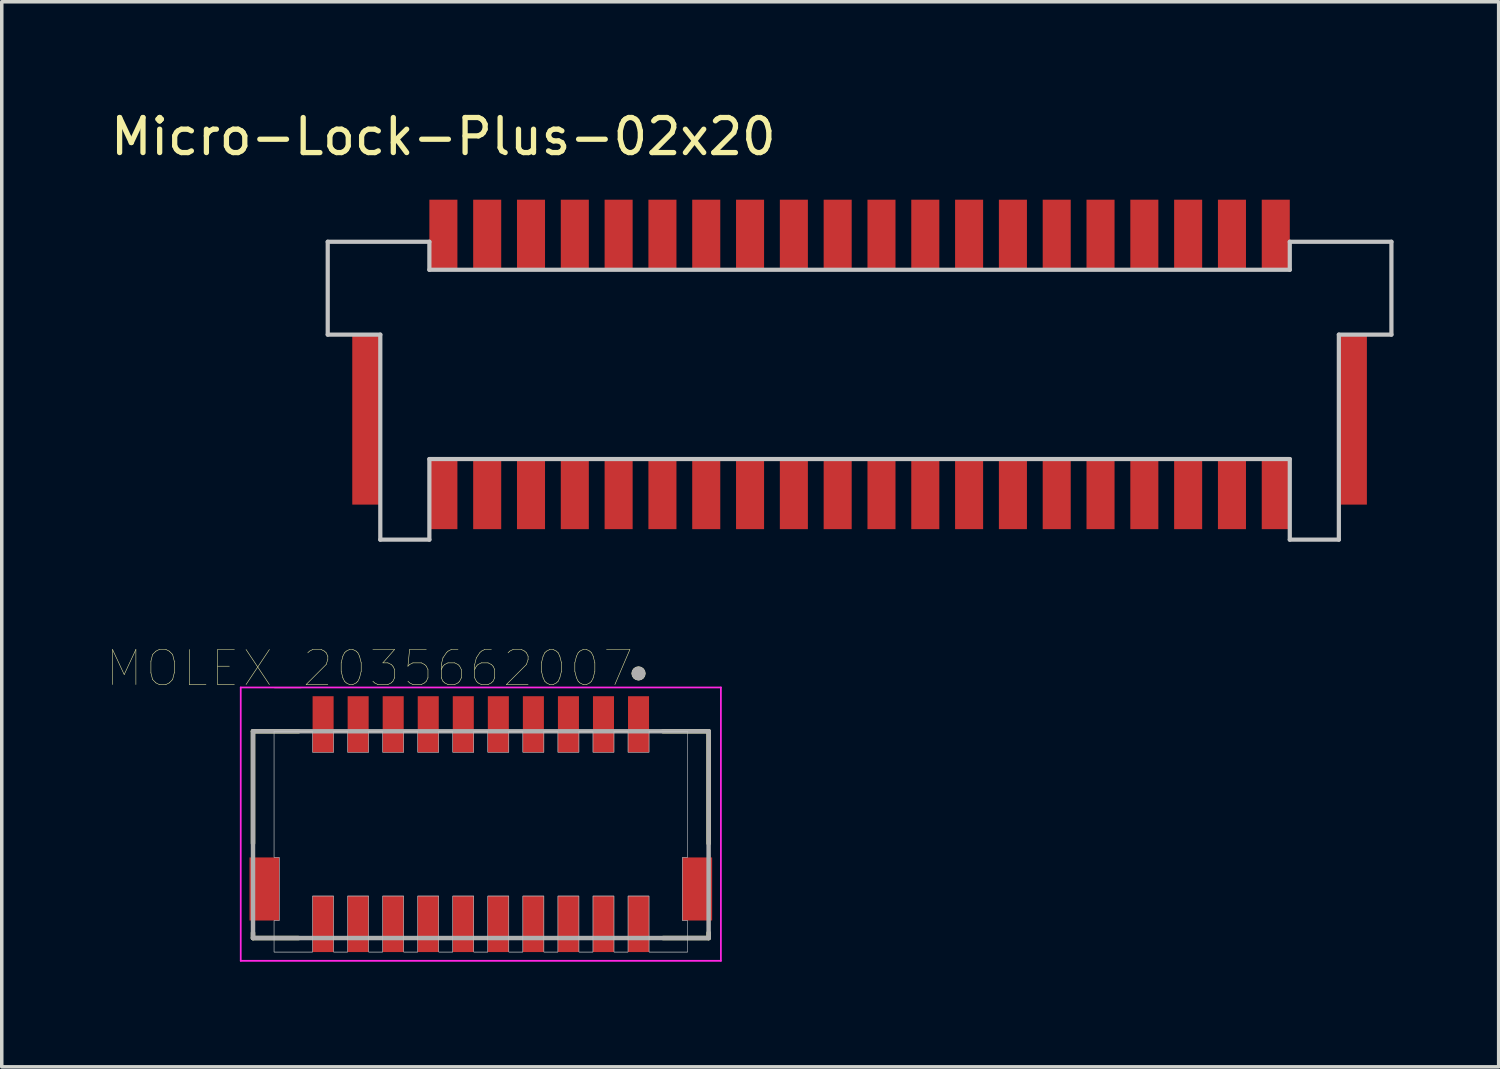
<source format=kicad_pcb>
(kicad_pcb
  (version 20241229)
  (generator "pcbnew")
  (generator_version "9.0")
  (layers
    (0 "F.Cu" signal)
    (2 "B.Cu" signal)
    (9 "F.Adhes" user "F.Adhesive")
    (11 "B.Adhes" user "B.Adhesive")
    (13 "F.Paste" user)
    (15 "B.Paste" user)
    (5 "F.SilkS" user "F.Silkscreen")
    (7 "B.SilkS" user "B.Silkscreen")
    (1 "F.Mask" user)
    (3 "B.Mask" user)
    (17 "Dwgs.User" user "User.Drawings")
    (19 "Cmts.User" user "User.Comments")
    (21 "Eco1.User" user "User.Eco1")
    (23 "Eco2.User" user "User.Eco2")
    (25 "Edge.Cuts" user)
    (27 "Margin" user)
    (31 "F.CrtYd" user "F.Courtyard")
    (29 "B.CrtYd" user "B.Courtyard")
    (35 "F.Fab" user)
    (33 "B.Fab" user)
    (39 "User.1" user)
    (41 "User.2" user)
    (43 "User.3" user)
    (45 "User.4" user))
  (footprint "MOLEX_2035662007"
    (layer "F.Cu")
    (at 10.669 20.465)
    (property "Reference" "MOLEX_2035662007" (at -3.175 -4.445 0) (layer "F.SilkS") (effects (font (size 1 1) (thickness 0.015))))
    (attr through_hole)
    (fp_line (start -6.5 -2.65) (end -6.5 0.55) (stroke (width 0.127) (type solid)) (layer "F.SilkS"))
    (fp_line (start -6.5 3.1) (end -6.5 3.25) (stroke (width 0.127) (type solid)) (layer "F.SilkS"))
    (fp_line (start -6.5 3.25) (end -5.2 3.25) (stroke (width 0.127) (type solid)) (layer "F.SilkS"))
    (fp_line (start -5.2 -2.65) (end -6.5 -2.65) (stroke (width 0.127) (type solid)) (layer "F.SilkS"))
    (fp_line (start 5.2 -2.65) (end 6.5 -2.65) (stroke (width 0.127) (type solid)) (layer "F.SilkS"))
    (fp_line (start 5.2 3.25) (end 6.5 3.25) (stroke (width 0.127) (type solid)) (layer "F.SilkS"))
    (fp_line (start 6.5 -2.65) (end 6.5 0.55) (stroke (width 0.127) (type solid)) (layer "F.SilkS"))
    (fp_line (start 6.5 3.25) (end 6.5 3.1) (stroke (width 0.127) (type solid)) (layer "F.SilkS"))
    (fp_circle (center 4.5 -4.3) (end 4.6 -4.3) (stroke (width 0.2) (type solid)) (fill no) (layer "F.SilkS"))
    (fp_poly (pts (xy -5.9 -2.65) (xy -4.8 -2.65) (xy -4.8 -2.05) (xy -4.2 -2.05) (xy -4.2 -2.65) (xy -3.8 -2.65) (xy -3.8 -2.05) (xy -3.2 -2.05) (xy -3.2 -2.65) (xy -2.8 -2.65) (xy -2.8 -2.05) (xy -2.2 -2.05) (xy -2.2 -2.65) (xy -1.8 -2.65) (xy -1.8 -2.05) (xy -1.2 -2.05) (xy -1.2 -2.65) (xy -0.8 -2.65) (xy -0.8 -2.05) (xy -0.2 -2.05) (xy -0.2 -2.65) (xy 0.2 -2.65) (xy 0.2 -2.05) (xy 0.8 -2.05) (xy 0.8 -2.65) (xy 1.2 -2.65) (xy 1.2 -2.05) (xy 1.8 -2.05) (xy 1.8 -2.65) (xy 2.2 -2.65) (xy 2.2 -2.05) (xy 2.8 -2.05) (xy 2.8 -2.65) (xy 3.2 -2.65) (xy 3.2 -2.05) (xy 3.8 -2.05) (xy 3.8 -2.65) (xy 4.2 -2.65) (xy 4.2 -2.05) (xy 4.8 -2.05) (xy 4.8 -2.65) (xy 5.9 -2.65) (xy 5.9 0.95) (xy 5.75 0.95) (xy 5.75 2.75) (xy 5.9 2.75) (xy 5.9 3.65) (xy 4.8 3.65) (xy 4.8 2.05) (xy 4.2 2.05) (xy 4.2 3.65) (xy 3.8 3.65) (xy 3.8 2.05) (xy 3.2 2.05) (xy 3.2 3.65) (xy 2.8 3.65) (xy 2.8 2.05) (xy 2.2 2.05) (xy 2.2 3.65) (xy 1.8 3.65) (xy 1.8 2.05) (xy 1.2 2.05) (xy 1.2 3.65) (xy 0.8 3.65) (xy 0.8 2.05) (xy 0.2 2.05) (xy 0.2 3.65) (xy -0.2 3.65) (xy -0.2 2.05) (xy -0.8 2.05) (xy -0.8 3.65) (xy -1.2 3.65) (xy -1.2 2.05) (xy -1.8 2.05) (xy -1.8 3.65) (xy -2.2 3.65) (xy -2.2 2.05) (xy -2.8 2.05) (xy -2.8 3.65) (xy -3.2 3.65) (xy -3.2 2.05) (xy -3.8 2.05) (xy -3.8 3.65) (xy -4.2 3.65) (xy -4.2 2.05) (xy -4.8 2.05) (xy -4.8 3.65) (xy -5.9 3.65) (xy -5.9 2.75) (xy -5.75 2.75) (xy -5.75 0.95) (xy -5.9 0.95)) (stroke (width 0.01) (type solid)) (fill no) (layer "Dwgs.User"))
    (fp_poly (pts (xy -5.7 -2.65) (xy -4.8 -2.65) (xy -4.8 -2.05) (xy -4.2 -2.05) (xy -4.2 -2.65) (xy -3.8 -2.65) (xy -3.8 -2.05) (xy -3.2 -2.05) (xy -3.2 -2.65) (xy -2.8 -2.65) (xy -2.8 -2.05) (xy -2.2 -2.05) (xy -2.2 -2.65) (xy -1.8 -2.65) (xy -1.8 -2.05) (xy -1.2 -2.05) (xy -1.2 -2.65) (xy -0.8 -2.65) (xy -0.8 -2.05) (xy -0.2 -2.05) (xy -0.2 -2.65) (xy 0.2 -2.65) (xy 0.2 -2.05) (xy 0.8 -2.05) (xy 0.8 -2.65) (xy 1.2 -2.65) (xy 1.2 -2.05) (xy 1.8 -2.05) (xy 1.8 -2.65) (xy 2.2 -2.65) (xy 2.2 -2.05) (xy 2.8 -2.05) (xy 2.8 -2.65) (xy 3.2 -2.65) (xy 3.2 -2.05) (xy 3.8 -2.05) (xy 3.8 -2.65) (xy 4.2 -2.65) (xy 4.2 -2.05) (xy 4.8 -2.05) (xy 4.8 -2.65) (xy 5.9 -2.65) (xy 5.9 0.95) (xy 5.75 0.95) (xy 5.75 2.75) (xy 5.9 2.75) (xy 5.9 3.65) (xy 4.8 3.65) (xy 4.8 2.05) (xy 4.2 2.05) (xy 4.2 3.65) (xy 3.8 3.65) (xy 3.8 2.05) (xy 3.2 2.05) (xy 3.2 3.65) (xy 2.8 3.65) (xy 2.8 2.05) (xy 2.2 2.05) (xy 2.2 3.65) (xy 1.8 3.65) (xy 1.8 2.05) (xy 1.2 2.05) (xy 1.2 3.65) (xy 0.8 3.65) (xy 0.8 2.05) (xy 0.2 2.05) (xy 0.2 3.65) (xy -0.2 3.65) (xy -0.2 2.05) (xy -0.8 2.05) (xy -0.8 3.65) (xy -1.2 3.65) (xy -1.2 2.05) (xy -1.8 2.05) (xy -1.8 3.65) (xy -2.2 3.65) (xy -2.2 2.05) (xy -2.8 2.05) (xy -2.8 3.65) (xy -3.2 3.65) (xy -3.2 2.05) (xy -3.8 2.05) (xy -3.8 3.65) (xy -4.2 3.65) (xy -4.2 2.05) (xy -4.8 2.05) (xy -4.8 3.65) (xy -5.9 3.65) (xy -5.9 2.75) (xy -5.75 2.75) (xy -5.75 0.95) (xy -5.9 0.95) (xy -5.9 -2.65)) (stroke (width 0.01) (type solid)) (fill no) (layer "Dwgs.User"))
    (fp_line (start -6.85 -3.9) (end 6.85 -3.9) (stroke (width 0.05) (type solid)) (layer "F.CrtYd"))
    (fp_line (start -6.85 3.9) (end -6.85 -3.9) (stroke (width 0.05) (type solid)) (layer "F.CrtYd"))
    (fp_line (start 6.85 -3.9) (end 6.85 3.9) (stroke (width 0.05) (type solid)) (layer "F.CrtYd"))
    (fp_line (start 6.85 3.9) (end -6.85 3.9) (stroke (width 0.05) (type solid)) (layer "F.CrtYd"))
    (fp_line (start -6.5 -2.65) (end 6.5 -2.65) (stroke (width 0.127) (type solid)) (layer "F.Fab"))
    (fp_line (start -6.5 3.25) (end -6.5 -2.65) (stroke (width 0.127) (type solid)) (layer "F.Fab"))
    (fp_line (start 6.5 -2.65) (end 6.5 3.25) (stroke (width 0.127) (type solid)) (layer "F.Fab"))
    (fp_line (start 6.5 3.25) (end -6.5 3.25) (stroke (width 0.127) (type solid)) (layer "F.Fab"))
    (fp_circle (center 4.5 -4.3) (end 4.6 -4.3) (stroke (width 0.2) (type solid)) (fill no) (layer "F.Fab"))
    (pad "1" smd rect (at 4.5 -2.85) (size 0.6 1.6) (layers "F.Cu" "F.Mask" "F.Paste"))
    (pad "2" smd rect (at 4.5 2.85) (size 0.6 1.6) (layers "F.Cu" "F.Mask" "F.Paste"))
    (pad "3" smd rect (at 3.5 -2.85) (size 0.6 1.6) (layers "F.Cu" "F.Mask" "F.Paste"))
    (pad "4" smd rect (at 3.5 2.85) (size 0.6 1.6) (layers "F.Cu" "F.Mask" "F.Paste"))
    (pad "5" smd rect (at 2.5 -2.85) (size 0.6 1.6) (layers "F.Cu" "F.Mask" "F.Paste"))
    (pad "6" smd rect (at 2.5 2.85) (size 0.6 1.6) (layers "F.Cu" "F.Mask" "F.Paste"))
    (pad "7" smd rect (at 1.5 -2.85) (size 0.6 1.6) (layers "F.Cu" "F.Mask" "F.Paste"))
    (pad "8" smd rect (at 1.5 2.85) (size 0.6 1.6) (layers "F.Cu" "F.Mask" "F.Paste"))
    (pad "9" smd rect (at 0.5 -2.85) (size 0.6 1.6) (layers "F.Cu" "F.Mask" "F.Paste"))
    (pad "10" smd rect (at 0.5 2.85) (size 0.6 1.6) (layers "F.Cu" "F.Mask" "F.Paste"))
    (pad "11" smd rect (at -0.5 -2.85) (size 0.6 1.6) (layers "F.Cu" "F.Mask" "F.Paste"))
    (pad "12" smd rect (at -0.5 2.85) (size 0.6 1.6) (layers "F.Cu" "F.Mask" "F.Paste"))
    (pad "13" smd rect (at -1.5 -2.85) (size 0.6 1.6) (layers "F.Cu" "F.Mask" "F.Paste"))
    (pad "14" smd rect (at -1.5 2.85) (size 0.6 1.6) (layers "F.Cu" "F.Mask" "F.Paste"))
    (pad "15" smd rect (at -2.5 -2.85) (size 0.6 1.6) (layers "F.Cu" "F.Mask" "F.Paste"))
    (pad "16" smd rect (at -2.5 2.85) (size 0.6 1.6) (layers "F.Cu" "F.Mask" "F.Paste"))
    (pad "17" smd rect (at -3.5 -2.85) (size 0.6 1.6) (layers "F.Cu" "F.Mask" "F.Paste"))
    (pad "18" smd rect (at -3.5 2.85) (size 0.6 1.6) (layers "F.Cu" "F.Mask" "F.Paste"))
    (pad "19" smd rect (at -4.5 -2.85) (size 0.6 1.6) (layers "F.Cu" "F.Mask" "F.Paste"))
    (pad "20" smd rect (at -4.5 2.85) (size 0.6 1.6) (layers "F.Cu" "F.Mask" "F.Paste"))
    (pad "S1" smd rect (at -6.175 1.85) (size 0.85 1.8) (layers "F.Cu" "F.Mask" "F.Paste"))
    (pad "S2" smd rect (at 6.175 1.85) (size 0.85 1.8) (layers "F.Cu" "F.Mask" "F.Paste")))
  (footprint "Micro-Lock-Plus-02x20"
    (layer "F.Cu")
    (at 22.101 7.398)
    (property "Reference" "Micro-Lock-Plus-02x20" (at -12.5 -6.55 0) (layer "F.SilkS") (effects (font (size 1 1) (thickness 0.15))))
    (attr through_hole)
    (fp_line (start -15.8 -3.55) (end -15.8 -0.9) (stroke (width 0.12) (type solid)) (layer "Dwgs.User"))
    (fp_line (start -15.8 -0.9) (end -14.3 -0.9) (stroke (width 0.12) (type solid)) (layer "Dwgs.User"))
    (fp_line (start -14.3 -0.9) (end -14.3 4.95) (stroke (width 0.12) (type solid)) (layer "Dwgs.User"))
    (fp_line (start -14.3 4.95) (end -12.9 4.95) (stroke (width 0.12) (type solid)) (layer "Dwgs.User"))
    (fp_line (start -12.9 -3.55) (end -15.8 -3.55) (stroke (width 0.12) (type solid)) (layer "Dwgs.User"))
    (fp_line (start -12.9 -2.75) (end -12.9 -3.55) (stroke (width 0.12) (type solid)) (layer "Dwgs.User"))
    (fp_line (start -12.9 2.65) (end 11.65 2.65) (stroke (width 0.12) (type solid)) (layer "Dwgs.User"))
    (fp_line (start -12.9 4.95) (end -12.9 2.65) (stroke (width 0.12) (type solid)) (layer "Dwgs.User"))
    (fp_line (start 11.65 -3.55) (end 11.65 -2.75) (stroke (width 0.12) (type solid)) (layer "Dwgs.User"))
    (fp_line (start 11.65 -2.75) (end -12.9 -2.75) (stroke (width 0.12) (type solid)) (layer "Dwgs.User"))
    (fp_line (start 11.65 2.65) (end 11.65 4.95) (stroke (width 0.12) (type solid)) (layer "Dwgs.User"))
    (fp_line (start 11.65 4.95) (end 13.05 4.95) (stroke (width 0.12) (type solid)) (layer "Dwgs.User"))
    (fp_line (start 13.05 -0.9) (end 14.55 -0.9) (stroke (width 0.12) (type solid)) (layer "Dwgs.User"))
    (fp_line (start 13.05 4.95) (end 13.05 -0.9) (stroke (width 0.12) (type solid)) (layer "Dwgs.User"))
    (fp_line (start 14.55 -3.55) (end 11.65 -3.55) (stroke (width 0.12) (type solid)) (layer "Dwgs.User"))
    (fp_line (start 14.55 -0.9) (end 14.55 -3.55) (stroke (width 0.12) (type solid)) (layer "Dwgs.User"))
    (pad "1" smd rect (at 11.25 -3.75) (size 0.8 2) (layers "F.Cu" "F.Mask" "F.Paste"))
    (pad "2" smd rect (at 11.25 3.65) (size 0.8 2) (layers "F.Cu" "F.Mask" "F.Paste"))
    (pad "3" smd rect (at 10 -3.75) (size 0.8 2) (layers "F.Cu" "F.Mask" "F.Paste"))
    (pad "4" smd rect (at 10 3.65) (size 0.8 2) (layers "F.Cu" "F.Mask" "F.Paste"))
    (pad "5" smd rect (at 8.75 -3.75) (size 0.8 2) (layers "F.Cu" "F.Mask" "F.Paste"))
    (pad "6" smd rect (at 8.75 3.65) (size 0.8 2) (layers "F.Cu" "F.Mask" "F.Paste"))
    (pad "7" smd rect (at 7.5 -3.75) (size 0.8 2) (layers "F.Cu" "F.Mask" "F.Paste"))
    (pad "8" smd rect (at 7.5 3.65) (size 0.8 2) (layers "F.Cu" "F.Mask" "F.Paste"))
    (pad "9" smd rect (at 6.25 -3.75) (size 0.8 2) (layers "F.Cu" "F.Mask" "F.Paste"))
    (pad "10" smd rect (at 6.25 3.65) (size 0.8 2) (layers "F.Cu" "F.Mask" "F.Paste"))
    (pad "11" smd rect (at 5 -3.75) (size 0.8 2) (layers "F.Cu" "F.Mask" "F.Paste"))
    (pad "12" smd rect (at 5 3.65) (size 0.8 2) (layers "F.Cu" "F.Mask" "F.Paste"))
    (pad "13" smd rect (at 3.75 -3.75) (size 0.8 2) (layers "F.Cu" "F.Mask" "F.Paste"))
    (pad "14" smd rect (at 3.75 3.65) (size 0.8 2) (layers "F.Cu" "F.Mask" "F.Paste"))
    (pad "15" smd rect (at 2.5 -3.75) (size 0.8 2) (layers "F.Cu" "F.Mask" "F.Paste"))
    (pad "16" smd rect (at 2.5 3.65) (size 0.8 2) (layers "F.Cu" "F.Mask" "F.Paste"))
    (pad "17" smd rect (at 1.25 -3.75) (size 0.8 2) (layers "F.Cu" "F.Mask" "F.Paste"))
    (pad "18" smd rect (at 1.25 3.65) (size 0.8 2) (layers "F.Cu" "F.Mask" "F.Paste"))
    (pad "19" smd rect (at 0 -3.75) (size 0.8 2) (layers "F.Cu" "F.Mask" "F.Paste"))
    (pad "20" smd rect (at 0 3.65) (size 0.8 2) (layers "F.Cu" "F.Mask" "F.Paste"))
    (pad "21" smd rect (at -1.25 -3.75) (size 0.8 2) (layers "F.Cu" "F.Mask" "F.Paste"))
    (pad "22" smd rect (at -1.25 3.65) (size 0.8 2) (layers "F.Cu" "F.Mask" "F.Paste"))
    (pad "23" smd rect (at -2.5 -3.75) (size 0.8 2) (layers "F.Cu" "F.Mask" "F.Paste"))
    (pad "24" smd rect (at -2.5 3.65) (size 0.8 2) (layers "F.Cu" "F.Mask" "F.Paste"))
    (pad "25" smd rect (at -3.75 -3.75) (size 0.8 2) (layers "F.Cu" "F.Mask" "F.Paste"))
    (pad "26" smd rect (at -3.75 3.65) (size 0.8 2) (layers "F.Cu" "F.Mask" "F.Paste"))
    (pad "27" smd rect (at -5 -3.75) (size 0.8 2) (layers "F.Cu" "F.Mask" "F.Paste"))
    (pad "28" smd rect (at -5 3.65) (size 0.8 2) (layers "F.Cu" "F.Mask" "F.Paste"))
    (pad "29" smd rect (at -6.25 -3.75) (size 0.8 2) (layers "F.Cu" "F.Mask" "F.Paste"))
    (pad "30" smd rect (at -6.25 3.65) (size 0.8 2) (layers "F.Cu" "F.Mask" "F.Paste"))
    (pad "31" smd rect (at -7.5 -3.75) (size 0.8 2) (layers "F.Cu" "F.Mask" "F.Paste"))
    (pad "32" smd rect (at -7.5 3.65) (size 0.8 2) (layers "F.Cu" "F.Mask" "F.Paste"))
    (pad "33" smd rect (at -8.75 -3.75) (size 0.8 2) (layers "F.Cu" "F.Mask" "F.Paste"))
    (pad "34" smd rect (at -8.75 3.65) (size 0.8 2) (layers "F.Cu" "F.Mask" "F.Paste"))
    (pad "35" smd rect (at -10 -3.75) (size 0.8 2) (layers "F.Cu" "F.Mask" "F.Paste"))
    (pad "36" smd rect (at -10 3.65) (size 0.8 2) (layers "F.Cu" "F.Mask" "F.Paste"))
    (pad "37" smd rect (at -11.25 -3.75) (size 0.8 2) (layers "F.Cu" "F.Mask" "F.Paste"))
    (pad "38" smd rect (at -11.25 3.65) (size 0.8 2) (layers "F.Cu" "F.Mask" "F.Paste"))
    (pad "39" smd rect (at -12.5 -3.75) (size 0.8 2) (layers "F.Cu" "F.Mask" "F.Paste"))
    (pad "40" smd rect (at -12.5 3.65) (size 0.8 2) (layers "F.Cu" "F.Mask" "F.Paste"))
    (pad "S" smd rect (at -14.7 1.525) (size 0.8 4.85) (layers "F.Cu" "F.Mask" "F.Paste"))
    (pad "S" smd rect (at 13.45 1.525) (size 0.8 4.85) (layers "F.Cu" "F.Mask" "F.Paste")))
  (gr_rect
    (start -3 -3)
    (end 39.711 27.39)
    (stroke (width 0.1) (type default))
    (fill no)
    (layer "Edge.Cuts")))
</source>
